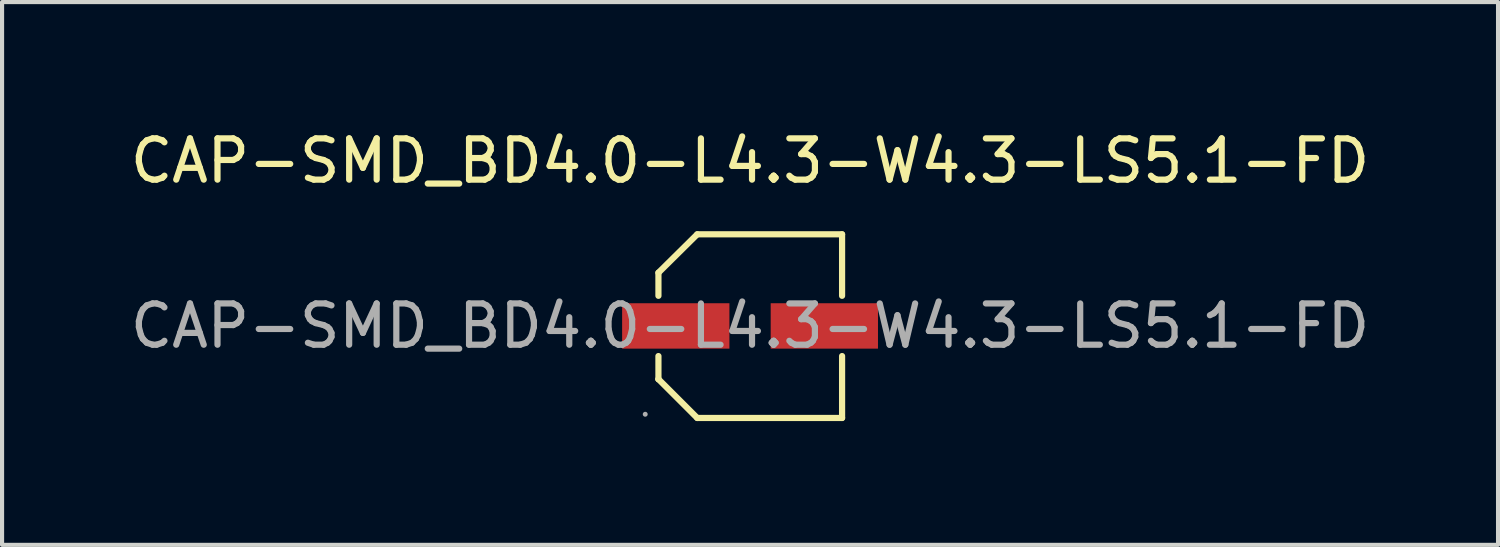
<source format=kicad_pcb>
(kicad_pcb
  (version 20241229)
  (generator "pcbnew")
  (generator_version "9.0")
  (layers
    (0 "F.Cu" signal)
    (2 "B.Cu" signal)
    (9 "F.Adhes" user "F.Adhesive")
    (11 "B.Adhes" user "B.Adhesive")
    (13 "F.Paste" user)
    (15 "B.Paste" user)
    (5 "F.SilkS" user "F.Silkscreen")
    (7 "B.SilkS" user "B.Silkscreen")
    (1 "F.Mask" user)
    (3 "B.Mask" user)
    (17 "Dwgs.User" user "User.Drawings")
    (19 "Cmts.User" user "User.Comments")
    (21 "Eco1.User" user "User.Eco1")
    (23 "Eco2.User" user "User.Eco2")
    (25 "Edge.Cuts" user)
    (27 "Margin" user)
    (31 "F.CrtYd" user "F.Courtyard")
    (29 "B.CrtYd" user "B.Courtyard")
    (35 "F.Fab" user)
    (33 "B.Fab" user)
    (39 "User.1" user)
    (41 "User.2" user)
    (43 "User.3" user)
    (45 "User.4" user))
  (footprint "CAP-SMD_BD4.0-L4.3-W4.3-LS5.1-FD"
    (layer "F.Cu")
    (at 15.125 4.848)
    (property "Reference" "CAP-SMD_BD4.0-L4.3-W4.3-LS5.1-FD" (at 0 -4 0) (layer "F.SilkS") (effects (font (size 1 1) (thickness 0.15))))
    (attr through_hole)
    (fp_line (start -2.22 -1.29) (end -2.22 -0.73) (stroke (width 0.15) (type solid)) (layer "F.SilkS"))
    (fp_line (start -2.22 0.73) (end -2.22 1.29) (stroke (width 0.15) (type solid)) (layer "F.SilkS"))
    (fp_line (start -2.22 1.29) (end -2.22 1.29) (stroke (width 0.15) (type solid)) (layer "F.SilkS"))
    (fp_line (start -1.28 -2.22) (end -2.22 -1.29) (stroke (width 0.15) (type solid)) (layer "F.SilkS"))
    (fp_line (start -1.28 2.23) (end -2.22 1.29) (stroke (width 0.15) (type solid)) (layer "F.SilkS"))
    (fp_line (start 2.23 -2.22) (end -1.28 -2.22) (stroke (width 0.15) (type solid)) (layer "F.SilkS"))
    (fp_line (start 2.23 -0.73) (end 2.23 -2.22) (stroke (width 0.15) (type solid)) (layer "F.SilkS"))
    (fp_line (start 2.23 2.23) (end -1.28 2.23) (stroke (width 0.15) (type solid)) (layer "F.SilkS"))
    (fp_line (start 2.23 2.23) (end 2.23 0.73) (stroke (width 0.15) (type solid)) (layer "F.SilkS"))
    (fp_circle (center -2.54 2.14) (end -2.51 2.14) (stroke (width 0.06) (type solid)) (fill no) (layer "F.Fab"))
    (fp_text user "${REFERENCE}" (at 0 0 0) (layer "F.Fab") (effects (font (size 1 1) (thickness 0.15))))
    (pad "1" smd rect (at -1.8 0) (size 2.6 1.1) (layers "F.Cu" "F.Mask" "F.Paste"))
    (pad "2" smd rect (at 1.8 0) (size 2.6 1.1) (layers "F.Cu" "F.Mask" "F.Paste")))
  (gr_rect
    (start -3 -3)
    (end 33.25 10.153)
    (stroke (width 0.1) (type default))
    (fill no)
    (layer "Edge.Cuts")))
</source>
